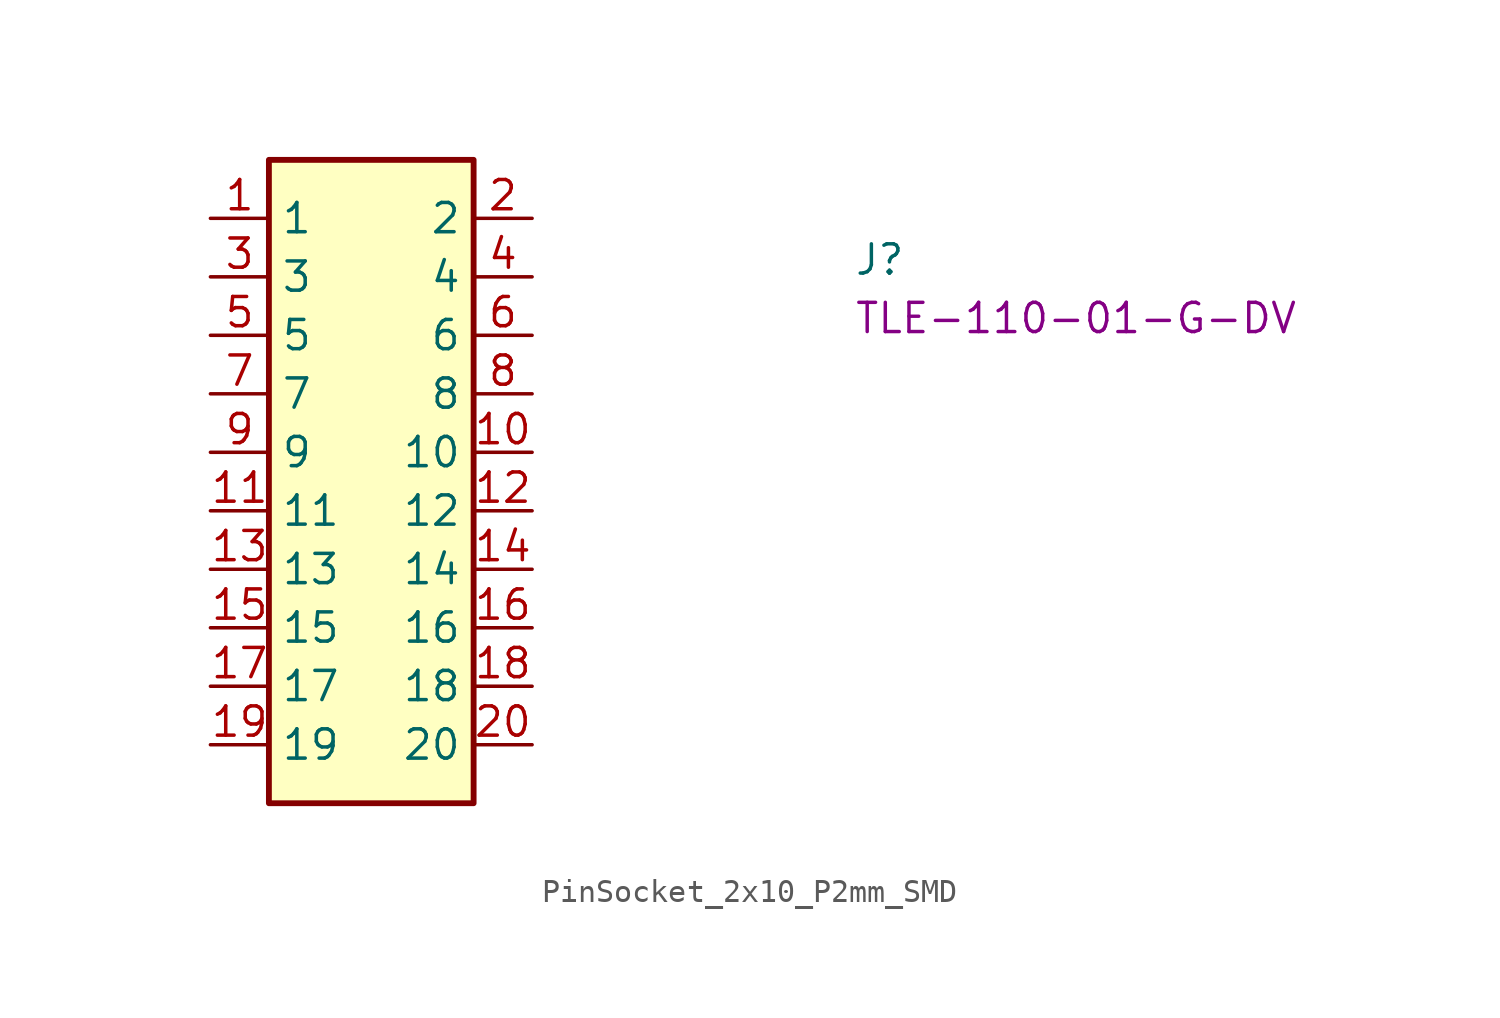
<source format=kicad_sym>
(kicad_symbol_lib
  (version 20220914)
  (generator kicad_symbol_editor)
  (symbol "PinSocket_2x10_P2mm_SMD"
    (property "Reference" "J"
      (at 27.94 -2.54 0)
      (effects (font (size 1.27 1.27) (thickness 0.15)) (justify left bottom)))
    (property "MPN" "TLE-110-01-G-DV"
      (at 27.94 -5.08 0)
      (effects (font (size 1.27 1.27) (thickness 0.15)) (justify left bottom)))
    (symbol "PinSocket_2x10_P2mm_SMD_1_1"
      (rectangle (start 2.54 2.54) (end 11.43 -25.4) (stroke (width 0.254) (type default)) (fill (type background)))
      (pin passive line (at 0 0 0) (length 2.54) (name "1" (effects (font (size 1.27 1.27)))) (number "1" (effects (font (size 1.27 1.27)))))
      (pin passive line (at 13.97 -10.16 180) (length 2.54) (name "10" (effects (font (size 1.27 1.27)))) (number "10" (effects (font (size 1.27 1.27)))))
      (pin passive line (at 0 -12.7 0) (length 2.54) (name "11" (effects (font (size 1.27 1.27)))) (number "11" (effects (font (size 1.27 1.27)))))
      (pin passive line (at 13.97 -12.7 180) (length 2.54) (name "12" (effects (font (size 1.27 1.27)))) (number "12" (effects (font (size 1.27 1.27)))))
      (pin passive line (at 0 -15.24 0) (length 2.54) (name "13" (effects (font (size 1.27 1.27)))) (number "13" (effects (font (size 1.27 1.27)))))
      (pin passive line (at 13.97 -15.24 180) (length 2.54) (name "14" (effects (font (size 1.27 1.27)))) (number "14" (effects (font (size 1.27 1.27)))))
      (pin passive line (at 0 -17.78 0) (length 2.54) (name "15" (effects (font (size 1.27 1.27)))) (number "15" (effects (font (size 1.27 1.27)))))
      (pin passive line (at 13.97 -17.78 180) (length 2.54) (name "16" (effects (font (size 1.27 1.27)))) (number "16" (effects (font (size 1.27 1.27)))))
      (pin passive line (at 0 -20.32 0) (length 2.54) (name "17" (effects (font (size 1.27 1.27)))) (number "17" (effects (font (size 1.27 1.27)))))
      (pin passive line (at 13.97 -20.32 180) (length 2.54) (name "18" (effects (font (size 1.27 1.27)))) (number "18" (effects (font (size 1.27 1.27)))))
      (pin passive line (at 0 -22.86 0) (length 2.54) (name "19" (effects (font (size 1.27 1.27)))) (number "19" (effects (font (size 1.27 1.27)))))
      (pin passive line (at 13.97 0 180) (length 2.54) (name "2" (effects (font (size 1.27 1.27)))) (number "2" (effects (font (size 1.27 1.27)))))
      (pin passive line (at 13.97 -22.86 180) (length 2.54) (name "20" (effects (font (size 1.27 1.27)))) (number "20" (effects (font (size 1.27 1.27)))))
      (pin passive line (at 0 -2.54 0) (length 2.54) (name "3" (effects (font (size 1.27 1.27)))) (number "3" (effects (font (size 1.27 1.27)))))
      (pin passive line (at 13.97 -2.54 180) (length 2.54) (name "4" (effects (font (size 1.27 1.27)))) (number "4" (effects (font (size 1.27 1.27)))))
      (pin passive line (at 0 -5.08 0) (length 2.54) (name "5" (effects (font (size 1.27 1.27)))) (number "5" (effects (font (size 1.27 1.27)))))
      (pin passive line (at 13.97 -5.08 180) (length 2.54) (name "6" (effects (font (size 1.27 1.27)))) (number "6" (effects (font (size 1.27 1.27)))))
      (pin passive line (at 0 -7.62 0) (length 2.54) (name "7" (effects (font (size 1.27 1.27)))) (number "7" (effects (font (size 1.27 1.27)))))
      (pin passive line (at 13.97 -7.62 180) (length 2.54) (name "8" (effects (font (size 1.27 1.27)))) (number "8" (effects (font (size 1.27 1.27)))))
      (pin passive line (at 0 -10.16 0) (length 2.54) (name "9" (effects (font (size 1.27 1.27)))) (number "9" (effects (font (size 1.27 1.27))))))))
</source>
